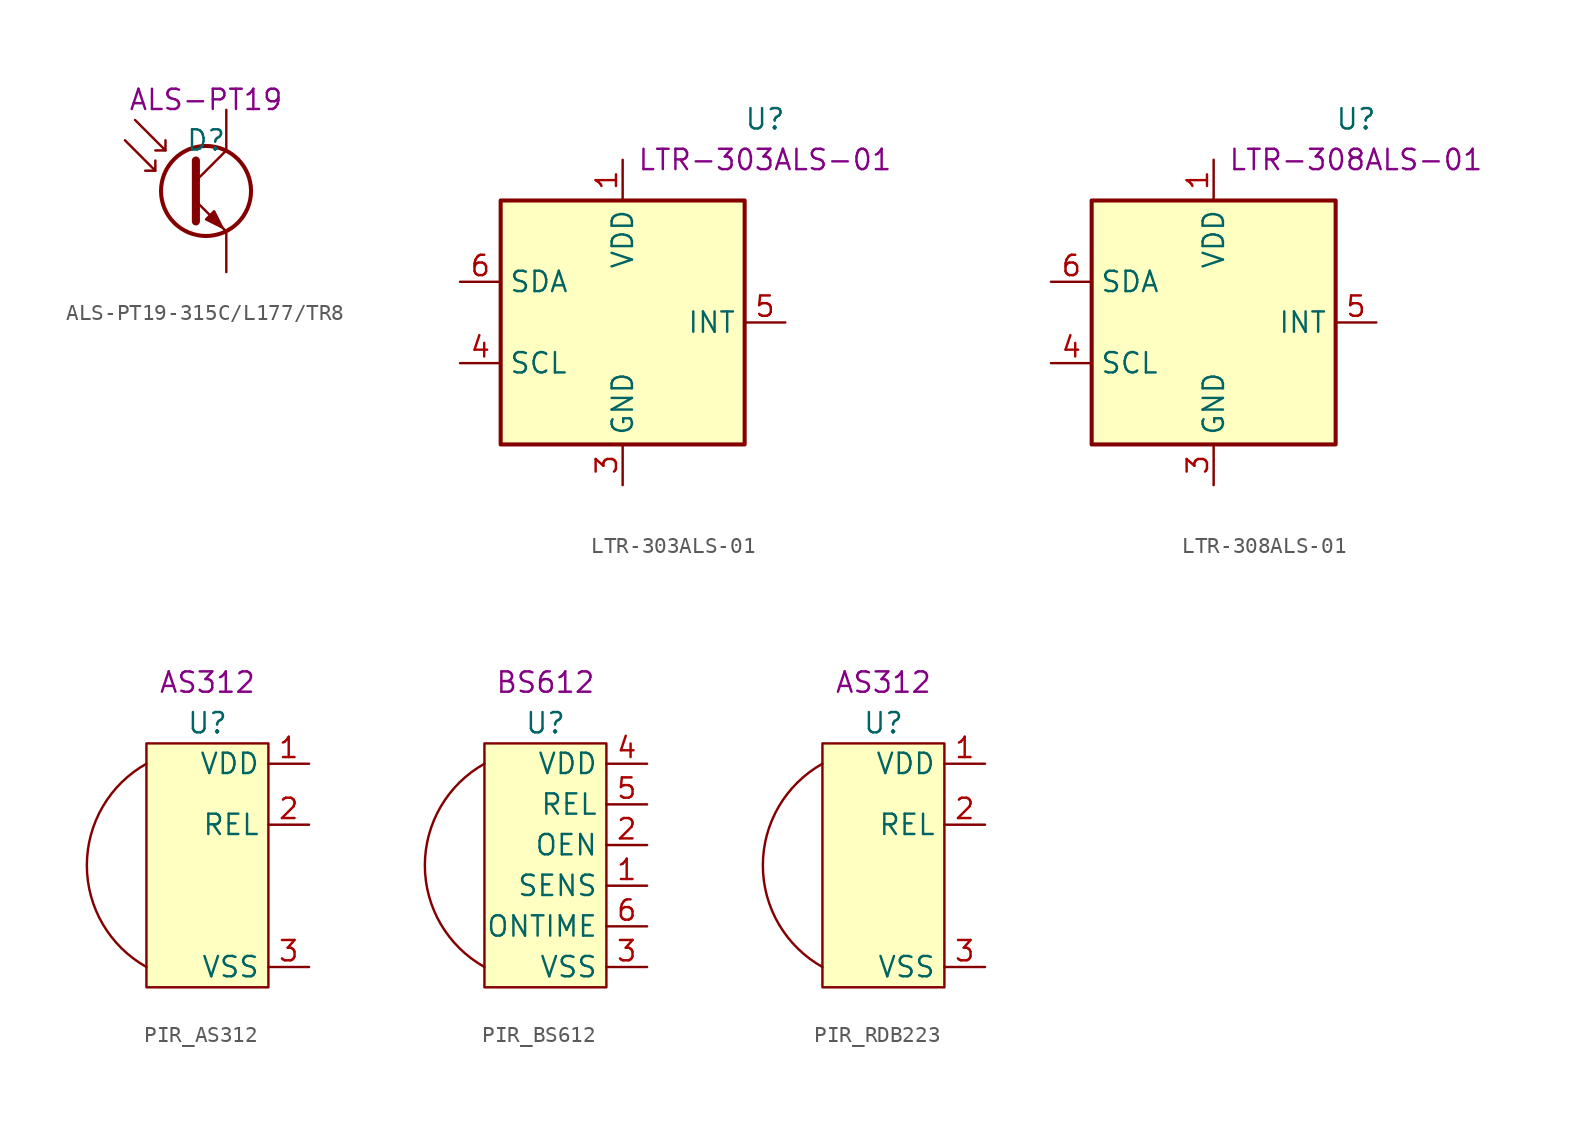
<source format=kicad_sym>
(kicad_symbol_lib
  (version 20220914)
  (generator kicad_symbol_editor)
  (symbol "ALS-PT19-315C/L177/TR8"
    (pin_numbers hide)
    (pin_names
      (offset 1.016) hide)
    (property "Reference" "D"
      (at 0 2.54 0)
      (effects (font (size 1.27 1.27))))
    (property "UserValue" "ALS-PT19"
      (at 0 5.08 0)
      (effects (font (size 1.27 1.27))))
    (symbol "ALS-PT19-315C/L177/TR8_0_1"
      (circle (center 0 -0.635) (radius 2.819) (stroke (width 0.254) (type default)) (fill (type none)))
      (polyline (pts (xy -3.175 0.635) (xy -3.81 0.635)) (stroke (width 0) (type default)) (fill (type none)))
      (polyline (pts (xy -2.54 1.905) (xy -3.175 1.905)) (stroke (width 0) (type default)) (fill (type none)))
      (polyline (pts (xy -0.635 0) (xy 1.27 1.905)) (stroke (width 0) (type default)) (fill (type none)))
      (polyline (pts (xy -5.08 2.54) (xy -3.175 0.635) (xy -3.175 1.27)) (stroke (width 0) (type default)) (fill (type none)))
      (polyline (pts (xy -4.445 3.81) (xy -2.54 1.905) (xy -2.54 2.54)) (stroke (width 0) (type default)) (fill (type none)))
      (polyline (pts (xy -0.635 -1.27) (xy 1.27 -3.175) (xy 1.27 -3.175)) (stroke (width 0) (type default)) (fill (type none)))
      (polyline (pts (xy -0.635 1.27) (xy -0.635 -2.54) (xy -0.635 -2.54)) (stroke (width 0.508) (type default)) (fill (type none)))
      (polyline (pts (xy 0 -2.413) (xy 0.508 -1.905) (xy 1.016 -2.921) (xy 0 -2.413) (xy 0 -2.413)) (stroke (width 0) (type default)) (fill (type outline))))
    (symbol "ALS-PT19-315C/L177/TR8_1_1"
      (pin passive line (at 1.27 4.445 270) (length 2.54) (name "C" (effects (font (size 1.27 1.27)))) (number "1" (effects (font (size 1.27 1.27)))))
      (pin passive line (at 1.27 -5.715 90) (length 2.54) (name "E" (effects (font (size 1.27 1.27)))) (number "2" (effects (font (size 1.27 1.27)))))))
  (symbol "LTR-303ALS-01"
    (property "Reference" "U"
      (at 8.89 12.7 0)
      (effects (font (size 1.27 1.27))))
    (property "UserValue" "LTR-303ALS-01"
      (at 8.89 10.16 0)
      (effects (font (size 1.27 1.27))))
    (symbol "LTR-303ALS-01_0_1"
      (rectangle (start -7.62 7.62) (end 7.62 -7.62) (stroke (width 0.254) (type default)) (fill (type background))))
    (symbol "LTR-303ALS-01_1_1"
      (pin power_in line (at 0 10.16 270) (length 2.54) (name "VDD" (effects (font (size 1.27 1.27)))) (number "1" (effects (font (size 1.27 1.27)))))
      (pin no_connect line (at 7.62 -6.35 180) (length 2.54) hide (name "NC" (effects (font (size 1.27 1.27)))) (number "2" (effects (font (size 1.27 1.27)))))
      (pin power_in line (at 0 -10.16 90) (length 2.54) (name "GND" (effects (font (size 1.27 1.27)))) (number "3" (effects (font (size 1.27 1.27)))))
      (pin input line (at -10.16 -2.54 0) (length 2.54) (name "SCL" (effects (font (size 1.27 1.27)))) (number "4" (effects (font (size 1.27 1.27)))))
      (pin open_collector line (at 10.16 0 180) (length 2.54) (name "INT" (effects (font (size 1.27 1.27)))) (number "5" (effects (font (size 1.27 1.27)))))
      (pin bidirectional line (at -10.16 2.54 0) (length 2.54) (name "SDA" (effects (font (size 1.27 1.27)))) (number "6" (effects (font (size 1.27 1.27)))))))
  (symbol "LTR-308ALS-01"
    (property "Reference" "U"
      (at 8.89 12.7 0)
      (effects (font (size 1.27 1.27))))
    (property "UserValue" "LTR-308ALS-01"
      (at 8.89 10.16 0)
      (effects (font (size 1.27 1.27))))
    (symbol "LTR-308ALS-01_0_1"
      (rectangle (start -7.62 7.62) (end 7.62 -7.62) (stroke (width 0.254) (type default)) (fill (type background))))
    (symbol "LTR-308ALS-01_1_1"
      (pin power_in line (at 0 10.16 270) (length 2.54) (name "VDD" (effects (font (size 1.27 1.27)))) (number "1" (effects (font (size 1.27 1.27)))))
      (pin no_connect line (at 7.62 -6.35 180) (length 2.54) hide (name "NC" (effects (font (size 1.27 1.27)))) (number "2" (effects (font (size 1.27 1.27)))))
      (pin power_in line (at 0 -10.16 90) (length 2.54) (name "GND" (effects (font (size 1.27 1.27)))) (number "3" (effects (font (size 1.27 1.27)))))
      (pin input line (at -10.16 -2.54 0) (length 2.54) (name "SCL" (effects (font (size 1.27 1.27)))) (number "4" (effects (font (size 1.27 1.27)))))
      (pin open_collector line (at 10.16 0 180) (length 2.54) (name "INT" (effects (font (size 1.27 1.27)))) (number "5" (effects (font (size 1.27 1.27)))))
      (pin bidirectional line (at -10.16 2.54 0) (length 2.54) (name "SDA" (effects (font (size 1.27 1.27)))) (number "6" (effects (font (size 1.27 1.27)))))))
  (symbol "PIR_AS312"
    (property "Reference" "U"
      (at 0 8.89 0)
      (effects (font (size 1.27 1.27))))
    (property "UserValue" "AS312"
      (at 0 11.43 0)
      (effects (font (size 1.27 1.27))))
    (symbol "PIR_AS312_0_1"
      (arc (start -3.81 6.35) (mid -7.5324 0) (end -3.81 -6.35) (stroke (width 0) (type default)) (fill (type none)))
      (rectangle (start -3.81 7.62) (end 3.81 -7.62) (stroke (width 0) (type default)) (fill (type background))))
    (symbol "PIR_AS312_1_1"
      (pin input line (at 6.35 6.35 180) (length 2.54) (name "VDD" (effects (font (size 1.27 1.27)))) (number "1" (effects (font (size 1.27 1.27)))))
      (pin input line (at 6.35 2.54 180) (length 2.54) (name "REL" (effects (font (size 1.27 1.27)))) (number "2" (effects (font (size 1.27 1.27)))))
      (pin input line (at 6.35 -6.35 180) (length 2.54) (name "VSS" (effects (font (size 1.27 1.27)))) (number "3" (effects (font (size 1.27 1.27)))))))
  (symbol "PIR_BS612"
    (property "Reference" "U"
      (at 0 8.89 0)
      (effects (font (size 1.27 1.27))))
    (property "UserValue" "BS612"
      (at 0 11.43 0)
      (effects (font (size 1.27 1.27))))
    (symbol "PIR_BS612_0_1"
      (arc (start -3.81 6.35) (mid -7.5324 0) (end -3.81 -6.35) (stroke (width 0) (type default)) (fill (type none)))
      (rectangle (start -3.81 7.62) (end 3.81 -7.62) (stroke (width 0) (type default)) (fill (type background))))
    (symbol "PIR_BS612_1_1"
      (pin input line (at 6.35 -1.27 180) (length 2.54) (name "SENS" (effects (font (size 1.27 1.27)))) (number "1" (effects (font (size 1.27 1.27)))))
      (pin input line (at 6.35 1.27 180) (length 2.54) (name "OEN" (effects (font (size 1.27 1.27)))) (number "2" (effects (font (size 1.27 1.27)))))
      (pin input line (at 6.35 -6.35 180) (length 2.54) (name "VSS" (effects (font (size 1.27 1.27)))) (number "3" (effects (font (size 1.27 1.27)))))
      (pin input line (at 6.35 6.35 180) (length 2.54) (name "VDD" (effects (font (size 1.27 1.27)))) (number "4" (effects (font (size 1.27 1.27)))))
      (pin input line (at 6.35 3.81 180) (length 2.54) (name "REL" (effects (font (size 1.27 1.27)))) (number "5" (effects (font (size 1.27 1.27)))))
      (pin input line (at 6.35 -3.81 180) (length 2.54) (name "ONTIME" (effects (font (size 1.27 1.27)))) (number "6" (effects (font (size 1.27 1.27)))))))
  (symbol "PIR_RDB223"
    (property "Reference" "U"
      (at 0 8.89 0)
      (effects (font (size 1.27 1.27))))
    (property "UserValue" "AS312"
      (at 0 11.43 0)
      (effects (font (size 1.27 1.27))))
    (symbol "PIR_RDB223_0_1"
      (arc (start -3.81 6.35) (mid -7.5324 0) (end -3.81 -6.35) (stroke (width 0) (type default)) (fill (type none)))
      (rectangle (start -3.81 7.62) (end 3.81 -7.62) (stroke (width 0) (type default)) (fill (type background))))
    (symbol "PIR_RDB223_1_1"
      (pin input line (at 6.35 6.35 180) (length 2.54) (name "VDD" (effects (font (size 1.27 1.27)))) (number "1" (effects (font (size 1.27 1.27)))))
      (pin input line (at 6.35 2.54 180) (length 2.54) (name "REL" (effects (font (size 1.27 1.27)))) (number "2" (effects (font (size 1.27 1.27)))))
      (pin input line (at 6.35 -6.35 180) (length 2.54) (name "VSS" (effects (font (size 1.27 1.27)))) (number "3" (effects (font (size 1.27 1.27))))))))
</source>
